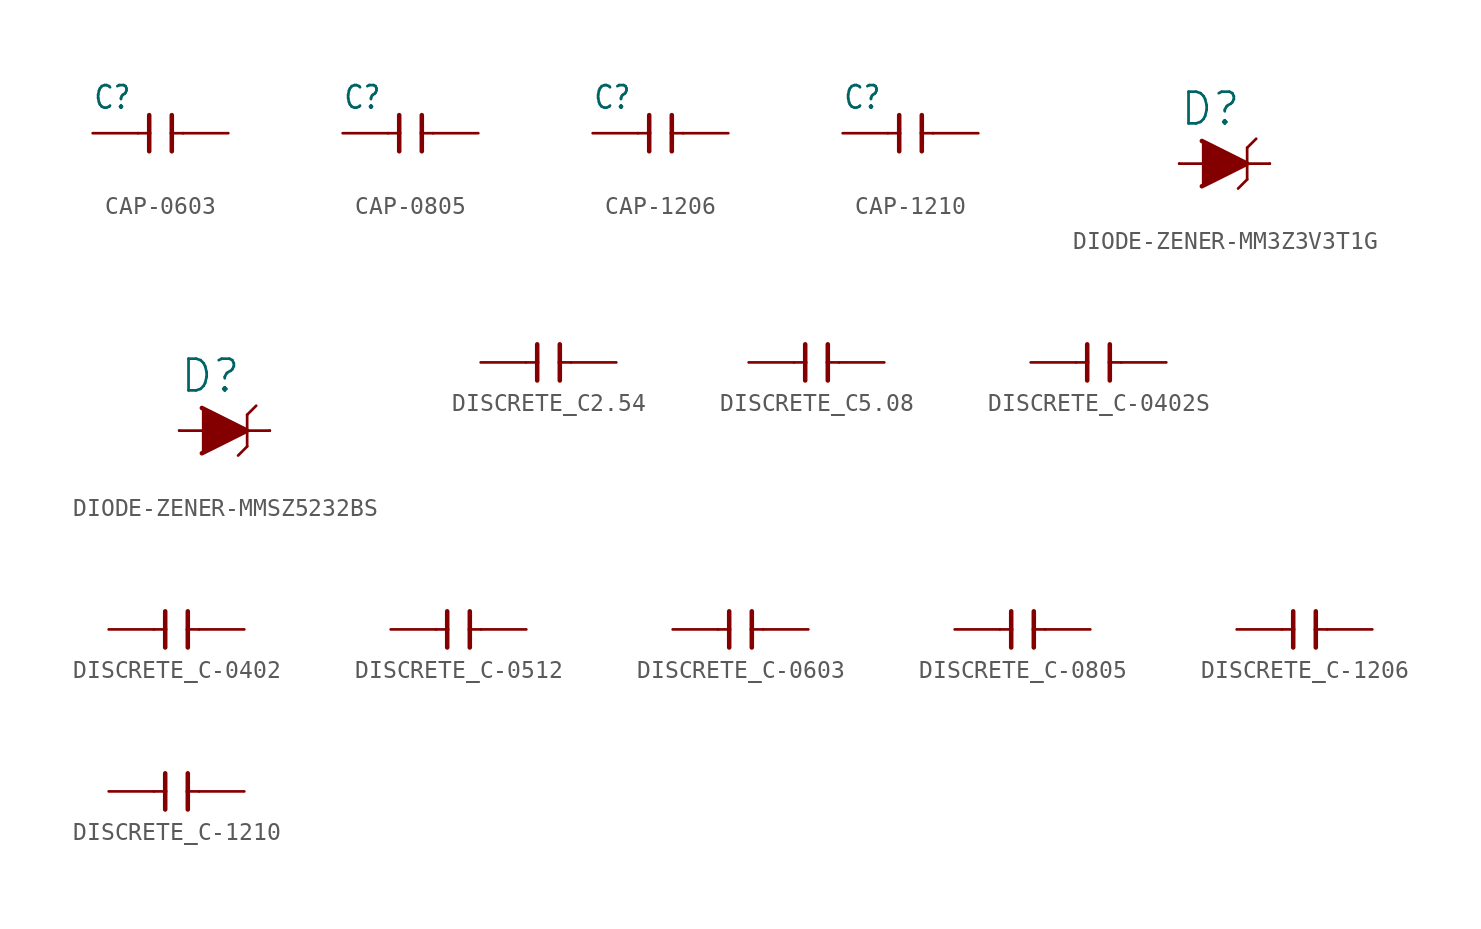
<source format=kicad_sym>
(kicad_symbol_lib
  (version 20241209)
  (generator "kicad_symbol_editor")
  (generator_version "9.0")
  (symbol "CAP-0603"
    (property "Reference" "C"
      (at -3.81 1.27 0)
      (effects (font (size 1.27 1.079)) (justify left bottom)))
    (property "Value" ""
      (at -3.81 -2.54 0)
      (effects (font (size 1.27 1.079)) (justify left bottom)))
    (property "ki_locked" ""
      (at 0 0 0)
      (effects (font (size 1.27 1.27))))
    (symbol "CAP-0603_1_0"
      (polyline (pts (xy -1.27 0) (xy -0.635 0)) (stroke (width 0.152) (type solid)) (fill (type none)))
      (polyline (pts (xy -0.635 0) (xy -0.635 1.016)) (stroke (width 0.254) (type solid)) (fill (type none)))
      (polyline (pts (xy -0.635 -1.016) (xy -0.635 0)) (stroke (width 0.254) (type solid)) (fill (type none)))
      (polyline (pts (xy 0.635 1.016) (xy 0.635 0)) (stroke (width 0.254) (type solid)) (fill (type none)))
      (polyline (pts (xy 0.635 0) (xy 0.635 -1.016)) (stroke (width 0.254) (type solid)) (fill (type none)))
      (polyline (pts (xy 0.635 0) (xy 1.27 0)) (stroke (width 0.152) (type solid)) (fill (type none)))
      (pin passive line (at -3.81 0 0) (length 2.54) (name "1" (effects (font (size 0 0)))) (number "1" (effects (font (size 0 0)))))
      (pin passive line (at 3.81 0 180) (length 2.54) (name "2" (effects (font (size 0 0)))) (number "2" (effects (font (size 0 0)))))))
  (symbol "CAP-0805"
    (property "Reference" "C"
      (at -3.81 1.27 0)
      (effects (font (size 1.27 1.079)) (justify left bottom)))
    (property "Value" ""
      (at -3.81 -2.54 0)
      (effects (font (size 1.27 1.079)) (justify left bottom)))
    (property "ki_locked" ""
      (at 0 0 0)
      (effects (font (size 1.27 1.27))))
    (symbol "CAP-0805_1_0"
      (polyline (pts (xy -1.27 0) (xy -0.635 0)) (stroke (width 0.152) (type solid)) (fill (type none)))
      (polyline (pts (xy -0.635 0) (xy -0.635 1.016)) (stroke (width 0.254) (type solid)) (fill (type none)))
      (polyline (pts (xy -0.635 -1.016) (xy -0.635 0)) (stroke (width 0.254) (type solid)) (fill (type none)))
      (polyline (pts (xy 0.635 1.016) (xy 0.635 0)) (stroke (width 0.254) (type solid)) (fill (type none)))
      (polyline (pts (xy 0.635 0) (xy 0.635 -1.016)) (stroke (width 0.254) (type solid)) (fill (type none)))
      (polyline (pts (xy 0.635 0) (xy 1.27 0)) (stroke (width 0.152) (type solid)) (fill (type none)))
      (pin passive line (at -3.81 0 0) (length 2.54) (name "1" (effects (font (size 0 0)))) (number "1" (effects (font (size 0 0)))))
      (pin passive line (at 3.81 0 180) (length 2.54) (name "2" (effects (font (size 0 0)))) (number "2" (effects (font (size 0 0)))))))
  (symbol "CAP-1206"
    (property "Reference" "C"
      (at -3.81 1.27 0)
      (effects (font (size 1.27 1.079)) (justify left bottom)))
    (property "Value" ""
      (at -3.81 -2.54 0)
      (effects (font (size 1.27 1.079)) (justify left bottom)))
    (property "ki_locked" ""
      (at 0 0 0)
      (effects (font (size 1.27 1.27))))
    (symbol "CAP-1206_1_0"
      (polyline (pts (xy -1.27 0) (xy -0.635 0)) (stroke (width 0.152) (type solid)) (fill (type none)))
      (polyline (pts (xy -0.635 0) (xy -0.635 1.016)) (stroke (width 0.254) (type solid)) (fill (type none)))
      (polyline (pts (xy -0.635 -1.016) (xy -0.635 0)) (stroke (width 0.254) (type solid)) (fill (type none)))
      (polyline (pts (xy 0.635 1.016) (xy 0.635 0)) (stroke (width 0.254) (type solid)) (fill (type none)))
      (polyline (pts (xy 0.635 0) (xy 0.635 -1.016)) (stroke (width 0.254) (type solid)) (fill (type none)))
      (polyline (pts (xy 0.635 0) (xy 1.27 0)) (stroke (width 0.152) (type solid)) (fill (type none)))
      (pin passive line (at -3.81 0 0) (length 2.54) (name "1" (effects (font (size 0 0)))) (number "1" (effects (font (size 0 0)))))
      (pin passive line (at 3.81 0 180) (length 2.54) (name "2" (effects (font (size 0 0)))) (number "2" (effects (font (size 0 0)))))))
  (symbol "CAP-1210"
    (property "Reference" "C"
      (at -3.81 1.27 0)
      (effects (font (size 1.27 1.079)) (justify left bottom)))
    (property "Value" ""
      (at -3.81 -2.54 0)
      (effects (font (size 1.27 1.079)) (justify left bottom)))
    (property "ki_locked" ""
      (at 0 0 0)
      (effects (font (size 1.27 1.27))))
    (symbol "CAP-1210_1_0"
      (polyline (pts (xy -1.27 0) (xy -0.635 0)) (stroke (width 0.152) (type solid)) (fill (type none)))
      (polyline (pts (xy -0.635 0) (xy -0.635 1.016)) (stroke (width 0.254) (type solid)) (fill (type none)))
      (polyline (pts (xy -0.635 -1.016) (xy -0.635 0)) (stroke (width 0.254) (type solid)) (fill (type none)))
      (polyline (pts (xy 0.635 1.016) (xy 0.635 0)) (stroke (width 0.254) (type solid)) (fill (type none)))
      (polyline (pts (xy 0.635 0) (xy 0.635 -1.016)) (stroke (width 0.254) (type solid)) (fill (type none)))
      (polyline (pts (xy 0.635 0) (xy 1.27 0)) (stroke (width 0.152) (type solid)) (fill (type none)))
      (pin passive line (at -3.81 0 0) (length 2.54) (name "1" (effects (font (size 0 0)))) (number "1" (effects (font (size 0 0)))))
      (pin passive line (at 3.81 0 180) (length 2.54) (name "2" (effects (font (size 0 0)))) (number "2" (effects (font (size 0 0)))))))
  (symbol "DIODE-ZENER-MM3Z3V3T1G"
    (property "Reference" "D"
      (at -2.54 2.032 0)
      (effects (font (size 1.778 1.778)) (justify left bottom)))
    (property "Value" ""
      (at -2.54 -2.032 0)
      (effects (font (size 1.778 1.778)) (justify left top)))
    (property "ki_locked" ""
      (at 0 0 0)
      (effects (font (size 1.27 1.27))))
    (symbol "DIODE-ZENER-MM3Z3V3T1G_1_0"
      (polyline (pts (xy -2.54 0) (xy -1.27 0)) (stroke (width 0.152) (type solid)) (fill (type none)))
      (polyline (pts (xy -1.27 -1.27) (xy 1.27 0) (xy -1.27 1.27)) (stroke (width 0.254) (type solid)) (fill (type outline)))
      (polyline (pts (xy 1.27 0.889) (xy 1.27 0)) (stroke (width 0.152) (type solid)) (fill (type none)))
      (polyline (pts (xy 1.27 0.889) (xy 1.778 1.397)) (stroke (width 0.152) (type solid)) (fill (type none)))
      (polyline (pts (xy 1.27 0) (xy 1.27 -0.889)) (stroke (width 0.152) (type solid)) (fill (type none)))
      (polyline (pts (xy 1.27 -0.889) (xy 0.762 -1.397)) (stroke (width 0.152) (type solid)) (fill (type none)))
      (polyline (pts (xy 2.54 0) (xy 1.27 0)) (stroke (width 0.152) (type solid)) (fill (type none)))
      (pin passive line (at -2.54 0 0) (length 0) (name "A" (effects (font (size 0 0)))) (number "A" (effects (font (size 0 0)))))
      (pin passive line (at 2.54 0 180) (length 0) (name "C" (effects (font (size 0 0)))) (number "C" (effects (font (size 0 0)))))))
  (symbol "DIODE-ZENER-MMSZ5232BS"
    (property "Reference" "D"
      (at -2.54 2.032 0)
      (effects (font (size 1.778 1.778)) (justify left bottom)))
    (property "Value" ""
      (at -2.54 -2.032 0)
      (effects (font (size 1.778 1.778)) (justify left top)))
    (property "ki_locked" ""
      (at 0 0 0)
      (effects (font (size 1.27 1.27))))
    (symbol "DIODE-ZENER-MMSZ5232BS_1_0"
      (polyline (pts (xy -2.54 0) (xy -1.27 0)) (stroke (width 0.152) (type solid)) (fill (type none)))
      (polyline (pts (xy -1.27 -1.27) (xy 1.27 0) (xy -1.27 1.27)) (stroke (width 0.254) (type solid)) (fill (type outline)))
      (polyline (pts (xy 1.27 0.889) (xy 1.27 0)) (stroke (width 0.152) (type solid)) (fill (type none)))
      (polyline (pts (xy 1.27 0.889) (xy 1.778 1.397)) (stroke (width 0.152) (type solid)) (fill (type none)))
      (polyline (pts (xy 1.27 0) (xy 1.27 -0.889)) (stroke (width 0.152) (type solid)) (fill (type none)))
      (polyline (pts (xy 1.27 -0.889) (xy 0.762 -1.397)) (stroke (width 0.152) (type solid)) (fill (type none)))
      (polyline (pts (xy 2.54 0) (xy 1.27 0)) (stroke (width 0.152) (type solid)) (fill (type none)))
      (pin passive line (at -2.54 0 0) (length 0) (name "A" (effects (font (size 0 0)))) (number "A" (effects (font (size 0 0)))))
      (pin passive line (at 2.54 0 180) (length 0) (name "C" (effects (font (size 0 0)))) (number "C" (effects (font (size 0 0)))))))
  (symbol "DISCRETE_C2.54"
    (property "Reference" "C"
      (at -3.81 0 0)
      (effects (font (size 1.27 1.079)) (justify left bottom) (hide yes)))
    (property "ki_locked" ""
      (at 0 0 0)
      (effects (font (size 1.27 1.27))))
    (symbol "DISCRETE_C2.54_1_0"
      (polyline (pts (xy -1.27 0) (xy -0.635 0)) (stroke (width 0.152) (type solid)) (fill (type none)))
      (polyline (pts (xy -0.635 0) (xy -0.635 1.016)) (stroke (width 0.254) (type solid)) (fill (type none)))
      (polyline (pts (xy -0.635 -1.016) (xy -0.635 0)) (stroke (width 0.254) (type solid)) (fill (type none)))
      (polyline (pts (xy 0.635 1.016) (xy 0.635 0)) (stroke (width 0.254) (type solid)) (fill (type none)))
      (polyline (pts (xy 0.635 0) (xy 0.635 -1.016)) (stroke (width 0.254) (type solid)) (fill (type none)))
      (polyline (pts (xy 0.635 0) (xy 1.27 0)) (stroke (width 0.152) (type solid)) (fill (type none)))
      (pin passive line (at -3.81 0 0) (length 2.54) (name "1" (effects (font (size 0 0)))) (number "1" (effects (font (size 0 0)))))
      (pin passive line (at 3.81 0 180) (length 2.54) (name "2" (effects (font (size 0 0)))) (number "2" (effects (font (size 0 0)))))))
  (symbol "DISCRETE_C5.08"
    (property "Reference" "C"
      (at -3.81 0 0)
      (effects (font (size 1.27 1.079)) (justify left bottom) (hide yes)))
    (property "ki_locked" ""
      (at 0 0 0)
      (effects (font (size 1.27 1.27))))
    (symbol "DISCRETE_C5.08_1_0"
      (polyline (pts (xy -1.27 0) (xy -0.635 0)) (stroke (width 0.152) (type solid)) (fill (type none)))
      (polyline (pts (xy -0.635 0) (xy -0.635 1.016)) (stroke (width 0.254) (type solid)) (fill (type none)))
      (polyline (pts (xy -0.635 -1.016) (xy -0.635 0)) (stroke (width 0.254) (type solid)) (fill (type none)))
      (polyline (pts (xy 0.635 1.016) (xy 0.635 0)) (stroke (width 0.254) (type solid)) (fill (type none)))
      (polyline (pts (xy 0.635 0) (xy 0.635 -1.016)) (stroke (width 0.254) (type solid)) (fill (type none)))
      (polyline (pts (xy 0.635 0) (xy 1.27 0)) (stroke (width 0.152) (type solid)) (fill (type none)))
      (pin passive line (at -3.81 0 0) (length 2.54) (name "1" (effects (font (size 0 0)))) (number "1" (effects (font (size 0 0)))))
      (pin passive line (at 3.81 0 180) (length 2.54) (name "2" (effects (font (size 0 0)))) (number "2" (effects (font (size 0 0)))))))
  (symbol "DISCRETE_C-0402S"
    (property "Reference" "C"
      (at -3.81 0 0)
      (effects (font (size 1.27 1.079)) (justify left bottom) (hide yes)))
    (property "ki_locked" ""
      (at 0 0 0)
      (effects (font (size 1.27 1.27))))
    (symbol "DISCRETE_C-0402S_1_0"
      (polyline (pts (xy -1.27 0) (xy -0.635 0)) (stroke (width 0.152) (type solid)) (fill (type none)))
      (polyline (pts (xy -0.635 0) (xy -0.635 1.016)) (stroke (width 0.254) (type solid)) (fill (type none)))
      (polyline (pts (xy -0.635 -1.016) (xy -0.635 0)) (stroke (width 0.254) (type solid)) (fill (type none)))
      (polyline (pts (xy 0.635 1.016) (xy 0.635 0)) (stroke (width 0.254) (type solid)) (fill (type none)))
      (polyline (pts (xy 0.635 0) (xy 0.635 -1.016)) (stroke (width 0.254) (type solid)) (fill (type none)))
      (polyline (pts (xy 0.635 0) (xy 1.27 0)) (stroke (width 0.152) (type solid)) (fill (type none)))
      (pin passive line (at -3.81 0 0) (length 2.54) (name "1" (effects (font (size 0 0)))) (number "1" (effects (font (size 0 0)))))
      (pin passive line (at 3.81 0 180) (length 2.54) (name "2" (effects (font (size 0 0)))) (number "2" (effects (font (size 0 0)))))))
  (symbol "DISCRETE_C-0402"
    (property "Reference" "C"
      (at -3.81 0 0)
      (effects (font (size 1.27 1.079)) (justify left bottom) (hide yes)))
    (property "ki_locked" ""
      (at 0 0 0)
      (effects (font (size 1.27 1.27))))
    (symbol "DISCRETE_C-0402_1_0"
      (polyline (pts (xy -1.27 0) (xy -0.635 0)) (stroke (width 0.152) (type solid)) (fill (type none)))
      (polyline (pts (xy -0.635 0) (xy -0.635 1.016)) (stroke (width 0.254) (type solid)) (fill (type none)))
      (polyline (pts (xy -0.635 -1.016) (xy -0.635 0)) (stroke (width 0.254) (type solid)) (fill (type none)))
      (polyline (pts (xy 0.635 1.016) (xy 0.635 0)) (stroke (width 0.254) (type solid)) (fill (type none)))
      (polyline (pts (xy 0.635 0) (xy 0.635 -1.016)) (stroke (width 0.254) (type solid)) (fill (type none)))
      (polyline (pts (xy 0.635 0) (xy 1.27 0)) (stroke (width 0.152) (type solid)) (fill (type none)))
      (pin passive line (at -3.81 0 0) (length 2.54) (name "1" (effects (font (size 0 0)))) (number "1" (effects (font (size 0 0)))))
      (pin passive line (at 3.81 0 180) (length 2.54) (name "2" (effects (font (size 0 0)))) (number "2" (effects (font (size 0 0)))))))
  (symbol "DISCRETE_C-0512"
    (property "Reference" "C"
      (at -3.81 0 0)
      (effects (font (size 1.27 1.079)) (justify left bottom) (hide yes)))
    (property "ki_locked" ""
      (at 0 0 0)
      (effects (font (size 1.27 1.27))))
    (symbol "DISCRETE_C-0512_1_0"
      (polyline (pts (xy -1.27 0) (xy -0.635 0)) (stroke (width 0.152) (type solid)) (fill (type none)))
      (polyline (pts (xy -0.635 0) (xy -0.635 1.016)) (stroke (width 0.254) (type solid)) (fill (type none)))
      (polyline (pts (xy -0.635 -1.016) (xy -0.635 0)) (stroke (width 0.254) (type solid)) (fill (type none)))
      (polyline (pts (xy 0.635 1.016) (xy 0.635 0)) (stroke (width 0.254) (type solid)) (fill (type none)))
      (polyline (pts (xy 0.635 0) (xy 0.635 -1.016)) (stroke (width 0.254) (type solid)) (fill (type none)))
      (polyline (pts (xy 0.635 0) (xy 1.27 0)) (stroke (width 0.152) (type solid)) (fill (type none)))
      (pin passive line (at -3.81 0 0) (length 2.54) (name "1" (effects (font (size 0 0)))) (number "P$1" (effects (font (size 0 0)))))
      (pin passive line (at 3.81 0 180) (length 2.54) (name "2" (effects (font (size 0 0)))) (number "P$2" (effects (font (size 0 0)))))))
  (symbol "DISCRETE_C-0603"
    (property "Reference" "C"
      (at -3.81 0 0)
      (effects (font (size 1.27 1.079)) (justify left bottom) (hide yes)))
    (property "ki_locked" ""
      (at 0 0 0)
      (effects (font (size 1.27 1.27))))
    (symbol "DISCRETE_C-0603_1_0"
      (polyline (pts (xy -1.27 0) (xy -0.635 0)) (stroke (width 0.152) (type solid)) (fill (type none)))
      (polyline (pts (xy -0.635 0) (xy -0.635 1.016)) (stroke (width 0.254) (type solid)) (fill (type none)))
      (polyline (pts (xy -0.635 -1.016) (xy -0.635 0)) (stroke (width 0.254) (type solid)) (fill (type none)))
      (polyline (pts (xy 0.635 1.016) (xy 0.635 0)) (stroke (width 0.254) (type solid)) (fill (type none)))
      (polyline (pts (xy 0.635 0) (xy 0.635 -1.016)) (stroke (width 0.254) (type solid)) (fill (type none)))
      (polyline (pts (xy 0.635 0) (xy 1.27 0)) (stroke (width 0.152) (type solid)) (fill (type none)))
      (pin passive line (at -3.81 0 0) (length 2.54) (name "1" (effects (font (size 0 0)))) (number "1" (effects (font (size 0 0)))))
      (pin passive line (at 3.81 0 180) (length 2.54) (name "2" (effects (font (size 0 0)))) (number "2" (effects (font (size 0 0)))))))
  (symbol "DISCRETE_C-0805"
    (property "Reference" "C"
      (at -3.81 0 0)
      (effects (font (size 1.27 1.079)) (justify left bottom) (hide yes)))
    (property "ki_locked" ""
      (at 0 0 0)
      (effects (font (size 1.27 1.27))))
    (symbol "DISCRETE_C-0805_1_0"
      (polyline (pts (xy -1.27 0) (xy -0.635 0)) (stroke (width 0.152) (type solid)) (fill (type none)))
      (polyline (pts (xy -0.635 0) (xy -0.635 1.016)) (stroke (width 0.254) (type solid)) (fill (type none)))
      (polyline (pts (xy -0.635 -1.016) (xy -0.635 0)) (stroke (width 0.254) (type solid)) (fill (type none)))
      (polyline (pts (xy 0.635 1.016) (xy 0.635 0)) (stroke (width 0.254) (type solid)) (fill (type none)))
      (polyline (pts (xy 0.635 0) (xy 0.635 -1.016)) (stroke (width 0.254) (type solid)) (fill (type none)))
      (polyline (pts (xy 0.635 0) (xy 1.27 0)) (stroke (width 0.152) (type solid)) (fill (type none)))
      (pin passive line (at -3.81 0 0) (length 2.54) (name "1" (effects (font (size 0 0)))) (number "1" (effects (font (size 0 0)))))
      (pin passive line (at 3.81 0 180) (length 2.54) (name "2" (effects (font (size 0 0)))) (number "2" (effects (font (size 0 0)))))))
  (symbol "DISCRETE_C-1206"
    (property "Reference" "C"
      (at -3.81 0 0)
      (effects (font (size 1.27 1.079)) (justify left bottom) (hide yes)))
    (property "ki_locked" ""
      (at 0 0 0)
      (effects (font (size 1.27 1.27))))
    (symbol "DISCRETE_C-1206_1_0"
      (polyline (pts (xy -1.27 0) (xy -0.635 0)) (stroke (width 0.152) (type solid)) (fill (type none)))
      (polyline (pts (xy -0.635 0) (xy -0.635 1.016)) (stroke (width 0.254) (type solid)) (fill (type none)))
      (polyline (pts (xy -0.635 -1.016) (xy -0.635 0)) (stroke (width 0.254) (type solid)) (fill (type none)))
      (polyline (pts (xy 0.635 1.016) (xy 0.635 0)) (stroke (width 0.254) (type solid)) (fill (type none)))
      (polyline (pts (xy 0.635 0) (xy 0.635 -1.016)) (stroke (width 0.254) (type solid)) (fill (type none)))
      (polyline (pts (xy 0.635 0) (xy 1.27 0)) (stroke (width 0.152) (type solid)) (fill (type none)))
      (pin passive line (at -3.81 0 0) (length 2.54) (name "1" (effects (font (size 0 0)))) (number "1" (effects (font (size 0 0)))))
      (pin passive line (at 3.81 0 180) (length 2.54) (name "2" (effects (font (size 0 0)))) (number "2" (effects (font (size 0 0)))))))
  (symbol "DISCRETE_C-1210"
    (property "Reference" "C"
      (at -3.81 0 0)
      (effects (font (size 1.27 1.079)) (justify left bottom) (hide yes)))
    (property "ki_locked" ""
      (at 0 0 0)
      (effects (font (size 1.27 1.27))))
    (symbol "DISCRETE_C-1210_1_0"
      (polyline (pts (xy -1.27 0) (xy -0.635 0)) (stroke (width 0.152) (type solid)) (fill (type none)))
      (polyline (pts (xy -0.635 0) (xy -0.635 1.016)) (stroke (width 0.254) (type solid)) (fill (type none)))
      (polyline (pts (xy -0.635 -1.016) (xy -0.635 0)) (stroke (width 0.254) (type solid)) (fill (type none)))
      (polyline (pts (xy 0.635 1.016) (xy 0.635 0)) (stroke (width 0.254) (type solid)) (fill (type none)))
      (polyline (pts (xy 0.635 0) (xy 0.635 -1.016)) (stroke (width 0.254) (type solid)) (fill (type none)))
      (polyline (pts (xy 0.635 0) (xy 1.27 0)) (stroke (width 0.152) (type solid)) (fill (type none)))
      (pin passive line (at -3.81 0 0) (length 2.54) (name "1" (effects (font (size 0 0)))) (number "1" (effects (font (size 0 0)))))
      (pin passive line (at 3.81 0 180) (length 2.54) (name "2" (effects (font (size 0 0)))) (number "2" (effects (font (size 0 0))))))))
</source>
